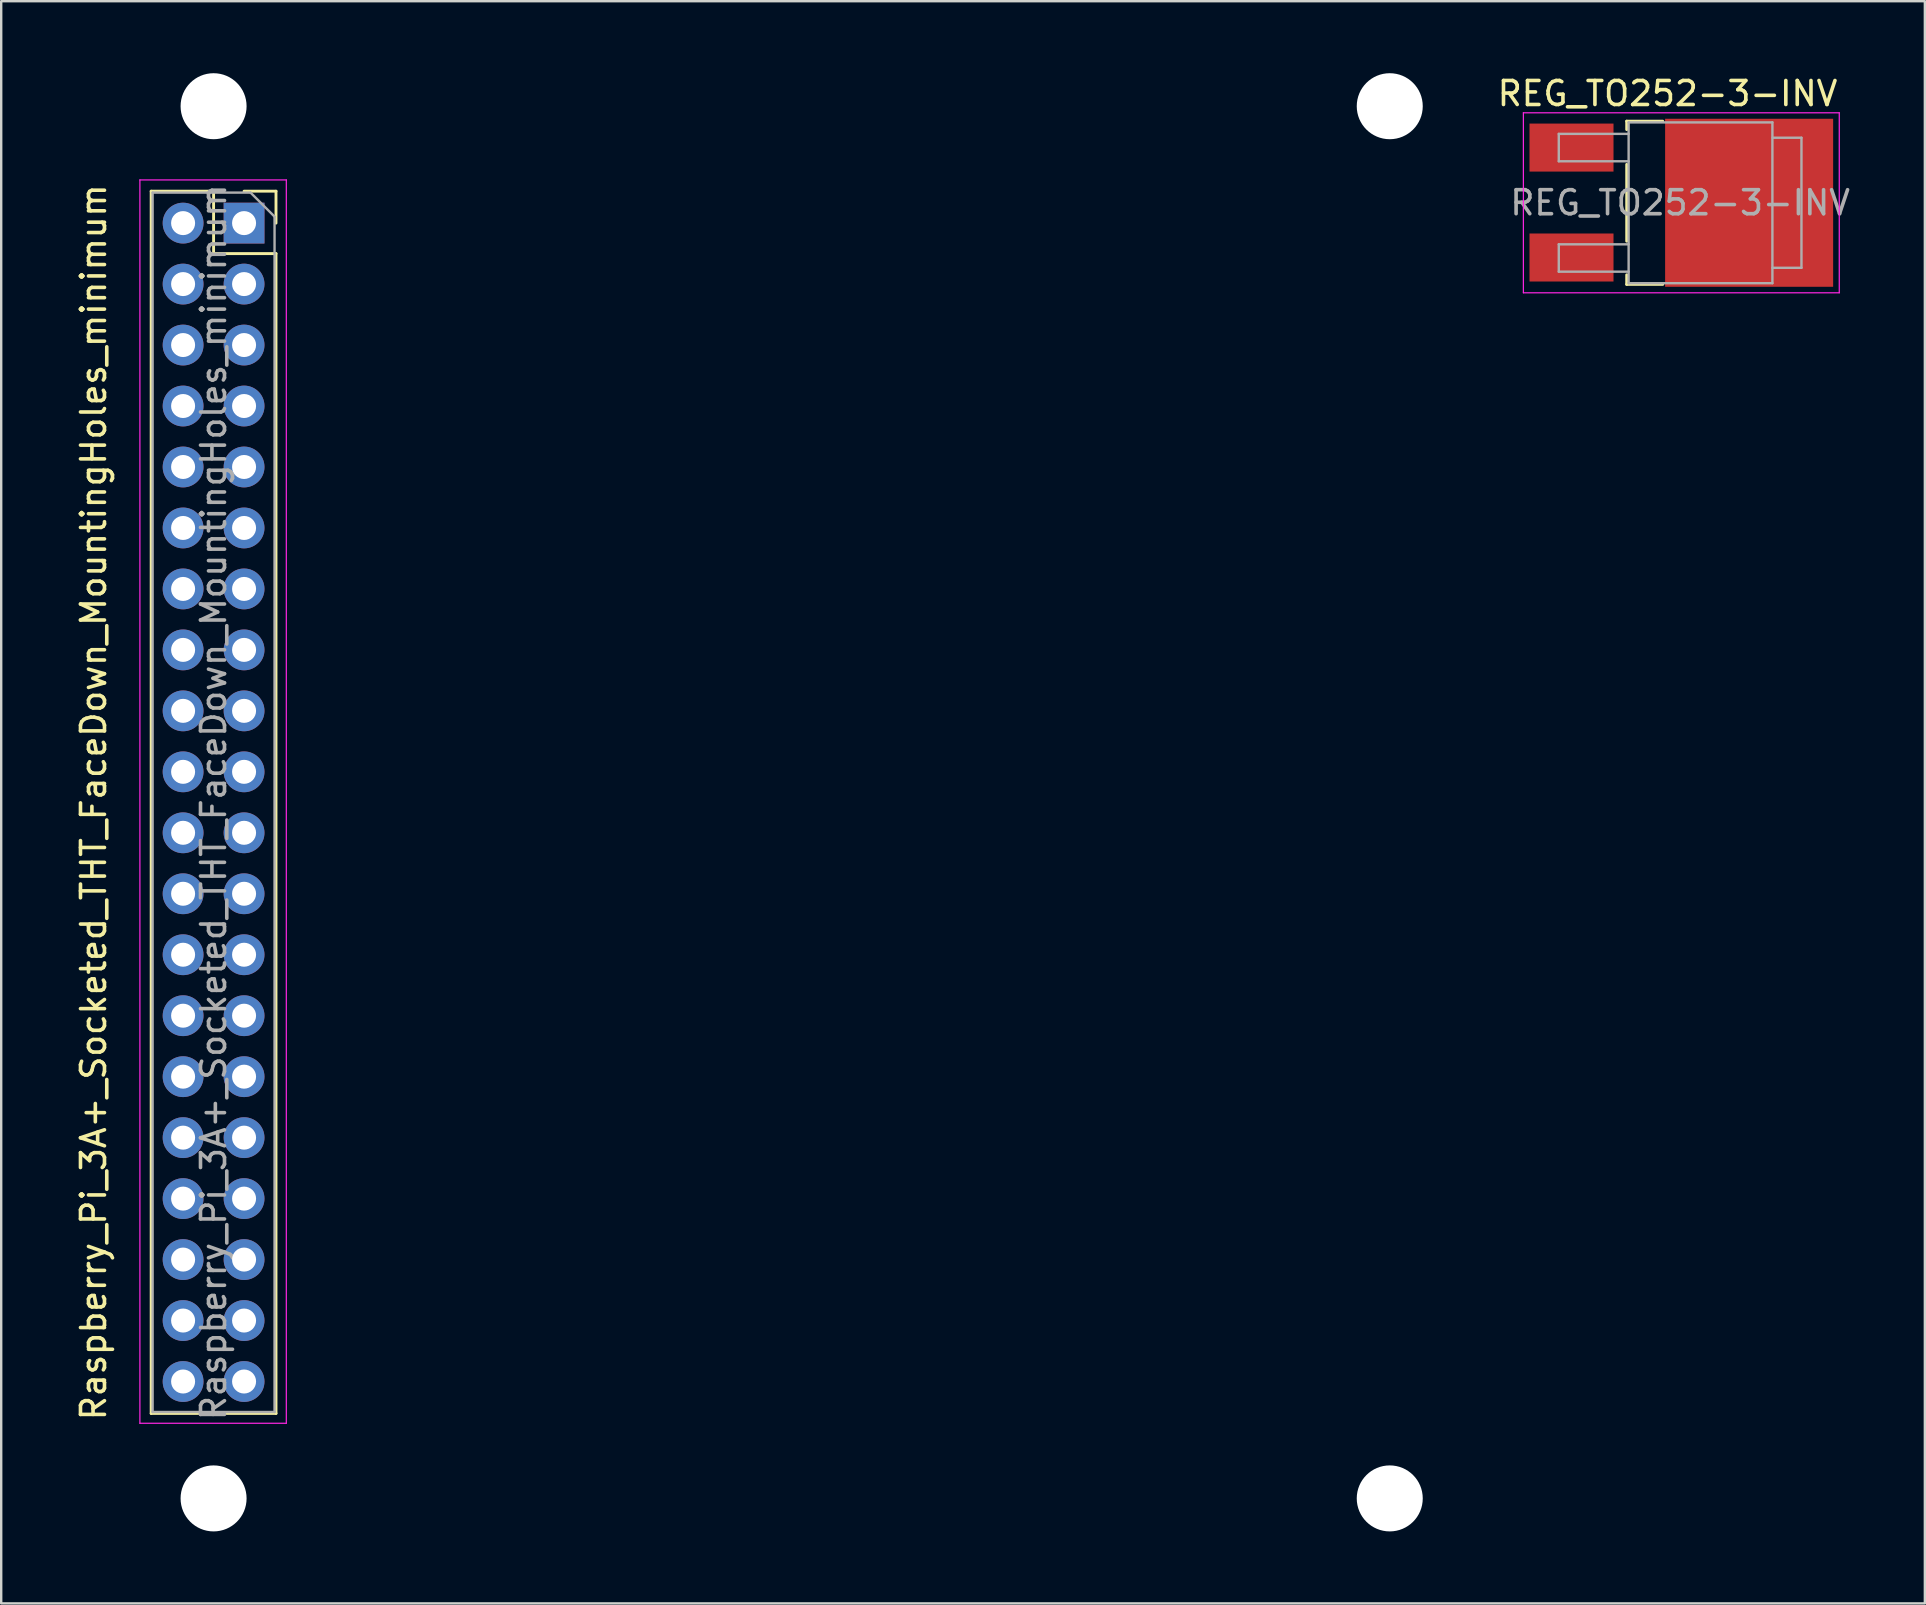
<source format=kicad_pcb>
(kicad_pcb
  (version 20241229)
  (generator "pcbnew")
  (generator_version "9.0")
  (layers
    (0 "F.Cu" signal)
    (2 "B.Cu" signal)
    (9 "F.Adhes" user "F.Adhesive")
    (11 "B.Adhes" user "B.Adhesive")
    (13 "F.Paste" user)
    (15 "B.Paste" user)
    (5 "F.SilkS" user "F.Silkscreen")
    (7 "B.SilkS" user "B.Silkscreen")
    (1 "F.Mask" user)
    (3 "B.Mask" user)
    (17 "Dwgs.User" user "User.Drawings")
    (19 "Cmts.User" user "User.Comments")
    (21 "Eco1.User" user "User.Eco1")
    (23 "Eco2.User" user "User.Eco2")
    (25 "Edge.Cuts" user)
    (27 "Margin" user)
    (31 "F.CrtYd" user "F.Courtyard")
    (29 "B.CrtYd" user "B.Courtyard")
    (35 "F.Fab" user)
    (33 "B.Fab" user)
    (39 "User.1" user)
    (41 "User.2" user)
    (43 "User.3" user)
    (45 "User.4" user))
  (footprint "Raspberry_Pi_3A+_Socketed_THT_FaceDown_MountingHoles_minimum"
    (layer "F.Cu")
    (at 7.118 6.245)
    (property "Reference" "Raspberry_Pi_3A+_Socketed_THT_FaceDown_MountingHoles_minimum" (at -6.27 24.13 90) (layer "F.SilkS") (effects (font (size 1 1) (thickness 0.15))))
    (attr through_hole)
    (fp_line (start -3.87 -1.33) (end -3.87 49.59) (stroke (width 0.12) (type solid)) (layer "F.SilkS"))
    (fp_line (start -3.87 -1.33) (end -1.27 -1.33) (stroke (width 0.12) (type solid)) (layer "F.SilkS"))
    (fp_line (start -3.87 49.59) (end 1.33 49.59) (stroke (width 0.12) (type solid)) (layer "F.SilkS"))
    (fp_line (start -1.27 -1.33) (end -1.27 1.27) (stroke (width 0.12) (type solid)) (layer "F.SilkS"))
    (fp_line (start -1.27 1.27) (end 1.33 1.27) (stroke (width 0.12) (type solid)) (layer "F.SilkS"))
    (fp_line (start 0 -1.33) (end 1.33 -1.33) (stroke (width 0.12) (type solid)) (layer "F.SilkS"))
    (fp_line (start 1.33 -1.33) (end 1.33 0) (stroke (width 0.12) (type solid)) (layer "F.SilkS"))
    (fp_line (start 1.33 1.27) (end 1.33 49.59) (stroke (width 0.12) (type solid)) (layer "F.SilkS"))
    (fp_line (start -4.34 -1.8) (end 1.76 -1.8) (stroke (width 0.05) (type solid)) (layer "F.CrtYd"))
    (fp_line (start -4.34 50) (end -4.34 -1.8) (stroke (width 0.05) (type solid)) (layer "F.CrtYd"))
    (fp_line (start 1.76 -1.8) (end 1.76 50) (stroke (width 0.05) (type solid)) (layer "F.CrtYd"))
    (fp_line (start 1.76 50) (end -4.34 50) (stroke (width 0.05) (type solid)) (layer "F.CrtYd"))
    (fp_line (start -3.81 -1.27) (end 0.27 -1.27) (stroke (width 0.1) (type solid)) (layer "F.Fab"))
    (fp_line (start -3.81 49.53) (end -3.81 -1.27) (stroke (width 0.1) (type solid)) (layer "F.Fab"))
    (fp_line (start 0.27 -1.27) (end 1.27 -0.27) (stroke (width 0.1) (type solid)) (layer "F.Fab"))
    (fp_line (start 1.27 -0.27) (end 1.27 49.53) (stroke (width 0.1) (type solid)) (layer "F.Fab"))
    (fp_line (start 1.27 49.53) (end -3.81 49.53) (stroke (width 0.1) (type solid)) (layer "F.Fab"))
    (fp_text user "${REFERENCE}" (at -1.27 24.13 90) (layer "F.Fab") (effects (font (size 1 1) (thickness 0.15))))
    (pad "" np_thru_hole circle (at -1.27 -4.87 90) (size 2.75 2.75) (drill 2.75) (layers "*.Cu"))
    (pad "" np_thru_hole circle (at -1.27 53.13 90) (size 2.75 2.75) (drill 2.75) (layers "*.Cu"))
    (pad "" np_thru_hole circle (at 47.73 -4.87 90) (size 2.75 2.75) (drill 2.75) (layers "*.Cu"))
    (pad "" np_thru_hole circle (at 47.73 53.13 90) (size 2.75 2.75) (drill 2.75) (layers "*.Cu"))
    (pad "1" thru_hole rect (at 0 0) (size 1.7 1.7) (drill 1) (layers "*.Cu" "*.Mask"))
    (pad "2" thru_hole oval (at -2.54 0) (size 1.7 1.7) (drill 1) (layers "*.Cu" "*.Mask"))
    (pad "3" thru_hole oval (at 0 2.54) (size 1.7 1.7) (drill 1) (layers "*.Cu" "*.Mask"))
    (pad "4" thru_hole oval (at -2.54 2.54) (size 1.7 1.7) (drill 1) (layers "*.Cu" "*.Mask"))
    (pad "5" thru_hole oval (at 0 5.08) (size 1.7 1.7) (drill 1) (layers "*.Cu" "*.Mask"))
    (pad "6" thru_hole oval (at -2.54 5.08) (size 1.7 1.7) (drill 1) (layers "*.Cu" "*.Mask"))
    (pad "7" thru_hole oval (at 0 7.62) (size 1.7 1.7) (drill 1) (layers "*.Cu" "*.Mask"))
    (pad "8" thru_hole oval (at -2.54 7.62) (size 1.7 1.7) (drill 1) (layers "*.Cu" "*.Mask"))
    (pad "9" thru_hole oval (at 0 10.16) (size 1.7 1.7) (drill 1) (layers "*.Cu" "*.Mask"))
    (pad "10" thru_hole oval (at -2.54 10.16) (size 1.7 1.7) (drill 1) (layers "*.Cu" "*.Mask"))
    (pad "11" thru_hole oval (at 0 12.7) (size 1.7 1.7) (drill 1) (layers "*.Cu" "*.Mask"))
    (pad "12" thru_hole oval (at -2.54 12.7) (size 1.7 1.7) (drill 1) (layers "*.Cu" "*.Mask"))
    (pad "13" thru_hole oval (at 0 15.24) (size 1.7 1.7) (drill 1) (layers "*.Cu" "*.Mask"))
    (pad "14" thru_hole oval (at -2.54 15.24) (size 1.7 1.7) (drill 1) (layers "*.Cu" "*.Mask"))
    (pad "15" thru_hole oval (at 0 17.78) (size 1.7 1.7) (drill 1) (layers "*.Cu" "*.Mask"))
    (pad "16" thru_hole oval (at -2.54 17.78) (size 1.7 1.7) (drill 1) (layers "*.Cu" "*.Mask"))
    (pad "17" thru_hole oval (at 0 20.32) (size 1.7 1.7) (drill 1) (layers "*.Cu" "*.Mask"))
    (pad "18" thru_hole oval (at -2.54 20.32) (size 1.7 1.7) (drill 1) (layers "*.Cu" "*.Mask"))
    (pad "19" thru_hole oval (at 0 22.86) (size 1.7 1.7) (drill 1) (layers "*.Cu" "*.Mask"))
    (pad "20" thru_hole oval (at -2.54 22.86) (size 1.7 1.7) (drill 1) (layers "*.Cu" "*.Mask"))
    (pad "21" thru_hole oval (at 0 25.4) (size 1.7 1.7) (drill 1) (layers "*.Cu" "*.Mask"))
    (pad "22" thru_hole oval (at -2.54 25.4) (size 1.7 1.7) (drill 1) (layers "*.Cu" "*.Mask"))
    (pad "23" thru_hole oval (at 0 27.94) (size 1.7 1.7) (drill 1) (layers "*.Cu" "*.Mask"))
    (pad "24" thru_hole oval (at -2.54 27.94) (size 1.7 1.7) (drill 1) (layers "*.Cu" "*.Mask"))
    (pad "25" thru_hole oval (at 0 30.48) (size 1.7 1.7) (drill 1) (layers "*.Cu" "*.Mask"))
    (pad "26" thru_hole oval (at -2.54 30.48) (size 1.7 1.7) (drill 1) (layers "*.Cu" "*.Mask"))
    (pad "27" thru_hole oval (at 0 33.02) (size 1.7 1.7) (drill 1) (layers "*.Cu" "*.Mask"))
    (pad "28" thru_hole oval (at -2.54 33.02) (size 1.7 1.7) (drill 1) (layers "*.Cu" "*.Mask"))
    (pad "29" thru_hole oval (at 0 35.56) (size 1.7 1.7) (drill 1) (layers "*.Cu" "*.Mask"))
    (pad "30" thru_hole oval (at -2.54 35.56) (size 1.7 1.7) (drill 1) (layers "*.Cu" "*.Mask"))
    (pad "31" thru_hole oval (at 0 38.1) (size 1.7 1.7) (drill 1) (layers "*.Cu" "*.Mask"))
    (pad "32" thru_hole oval (at -2.54 38.1) (size 1.7 1.7) (drill 1) (layers "*.Cu" "*.Mask"))
    (pad "33" thru_hole oval (at 0 40.64) (size 1.7 1.7) (drill 1) (layers "*.Cu" "*.Mask"))
    (pad "34" thru_hole oval (at -2.54 40.64) (size 1.7 1.7) (drill 1) (layers "*.Cu" "*.Mask"))
    (pad "35" thru_hole oval (at 0 43.18) (size 1.7 1.7) (drill 1) (layers "*.Cu" "*.Mask"))
    (pad "36" thru_hole oval (at -2.54 43.18) (size 1.7 1.7) (drill 1) (layers "*.Cu" "*.Mask"))
    (pad "37" thru_hole oval (at 0 45.72) (size 1.7 1.7) (drill 1) (layers "*.Cu" "*.Mask"))
    (pad "38" thru_hole oval (at -2.54 45.72) (size 1.7 1.7) (drill 1) (layers "*.Cu" "*.Mask"))
    (pad "39" thru_hole oval (at 0 48.26) (size 1.7 1.7) (drill 1) (layers "*.Cu" "*.Mask"))
    (pad "40" thru_hole oval (at -2.54 48.26) (size 1.7 1.7) (drill 1) (layers "*.Cu" "*.Mask")))
  (footprint "REG_TO252-3-INV"
    (layer "F.Cu")
    (at 66.995 5.398)
    (property "Reference" "REG_TO252-3-INV" (at -0.575 -4.55 0) (layer "F.SilkS") (effects (font (size 1 1) (thickness 0.15))))
    (attr smd)
    (fp_line (start -2.275 -3.4) (end -0.775 -3.4) (stroke (width 0.12) (type solid)) (layer "F.SilkS"))
    (fp_line (start -2.275 -3.05) (end -2.275 -3.4) (stroke (width 0.12) (type solid)) (layer "F.SilkS"))
    (fp_line (start -2.275 1.6) (end -2.275 -1.6) (stroke (width 0.12) (type solid)) (layer "F.SilkS"))
    (fp_line (start -2.275 3.4) (end -2.275 3) (stroke (width 0.12) (type solid)) (layer "F.SilkS"))
    (fp_line (start -0.775 3.4) (end -2.275 3.4) (stroke (width 0.12) (type solid)) (layer "F.SilkS"))
    (fp_line (start -6.58 3.75) (end -6.58 -3.75) (stroke (width 0.05) (type solid)) (layer "F.CrtYd"))
    (fp_line (start -6.58 3.75) (end 6.58 3.75) (stroke (width 0.05) (type solid)) (layer "F.CrtYd"))
    (fp_line (start 6.58 -3.75) (end -6.58 -3.75) (stroke (width 0.05) (type solid)) (layer "F.CrtYd"))
    (fp_line (start 6.58 -3.75) (end 6.58 3.75) (stroke (width 0.05) (type solid)) (layer "F.CrtYd"))
    (fp_line (start -5.105 -2.87) (end -5.105 -1.73) (stroke (width 0.1) (type solid)) (layer "F.Fab"))
    (fp_line (start -5.105 -1.73) (end -2.195 -1.73) (stroke (width 0.1) (type solid)) (layer "F.Fab"))
    (fp_line (start -5.105 1.73) (end -5.105 2.87) (stroke (width 0.1) (type solid)) (layer "F.Fab"))
    (fp_line (start -5.105 2.87) (end -2.195 2.87) (stroke (width 0.1) (type solid)) (layer "F.Fab"))
    (fp_line (start -2.195 -2.87) (end -5.105 -2.87) (stroke (width 0.1) (type solid)) (layer "F.Fab"))
    (fp_line (start -2.195 1.73) (end -5.105 1.73) (stroke (width 0.1) (type solid)) (layer "F.Fab"))
    (fp_line (start -2.195 3.35) (end -2.195 -3.35) (stroke (width 0.1) (type solid)) (layer "F.Fab"))
    (fp_line (start -2.195 3.35) (end 3.795 3.35) (stroke (width 0.1) (type solid)) (layer "F.Fab"))
    (fp_line (start 3.795 -3.35) (end -2.195 -3.35) (stroke (width 0.1) (type solid)) (layer "F.Fab"))
    (fp_line (start 3.795 3.35) (end 3.795 -3.35) (stroke (width 0.1) (type solid)) (layer "F.Fab"))
    (fp_line (start 3.805 -2.71) (end 5.005 -2.71) (stroke (width 0.1) (type solid)) (layer "F.Fab"))
    (fp_line (start 5.005 -2.71) (end 5.005 2.71) (stroke (width 0.1) (type solid)) (layer "F.Fab"))
    (fp_line (start 5.005 2.71) (end 3.795 2.71) (stroke (width 0.1) (type solid)) (layer "F.Fab"))
    (fp_text user "${REFERENCE}" (at -0.05 0 0) (layer "F.Fab") (effects (font (size 1 1) (thickness 0.15))))
    (pad "" smd rect (at 1.05 -1.8 270) (size 3.3 3.3) (layers "F.Paste"))
    (pad "" smd rect (at 1.05 1.8 270) (size 3.3 3.3) (layers "F.Paste"))
    (pad "" smd rect (at 4.6 -1.8 270) (size 3.3 3.3) (layers "F.Paste"))
    (pad "" smd rect (at 4.6 1.8 270) (size 3.3 3.3) (layers "F.Paste"))
    (pad "1" smd rect (at -4.575 2.28) (size 3.5 2) (layers "F.Cu" "F.Mask" "F.Paste"))
    (pad "2" smd rect (at -4.575 -2.3) (size 3.5 2) (layers "F.Cu" "F.Mask" "F.Paste"))
    (pad "3" smd rect (at 2.825 0) (size 7 7) (layers "F.Cu" "F.Mask")))
  (gr_rect
    (start -3 -3)
    (end 77.141 63.75)
    (stroke (width 0.1) (type default))
    (fill no)
    (layer "Edge.Cuts")))
</source>
